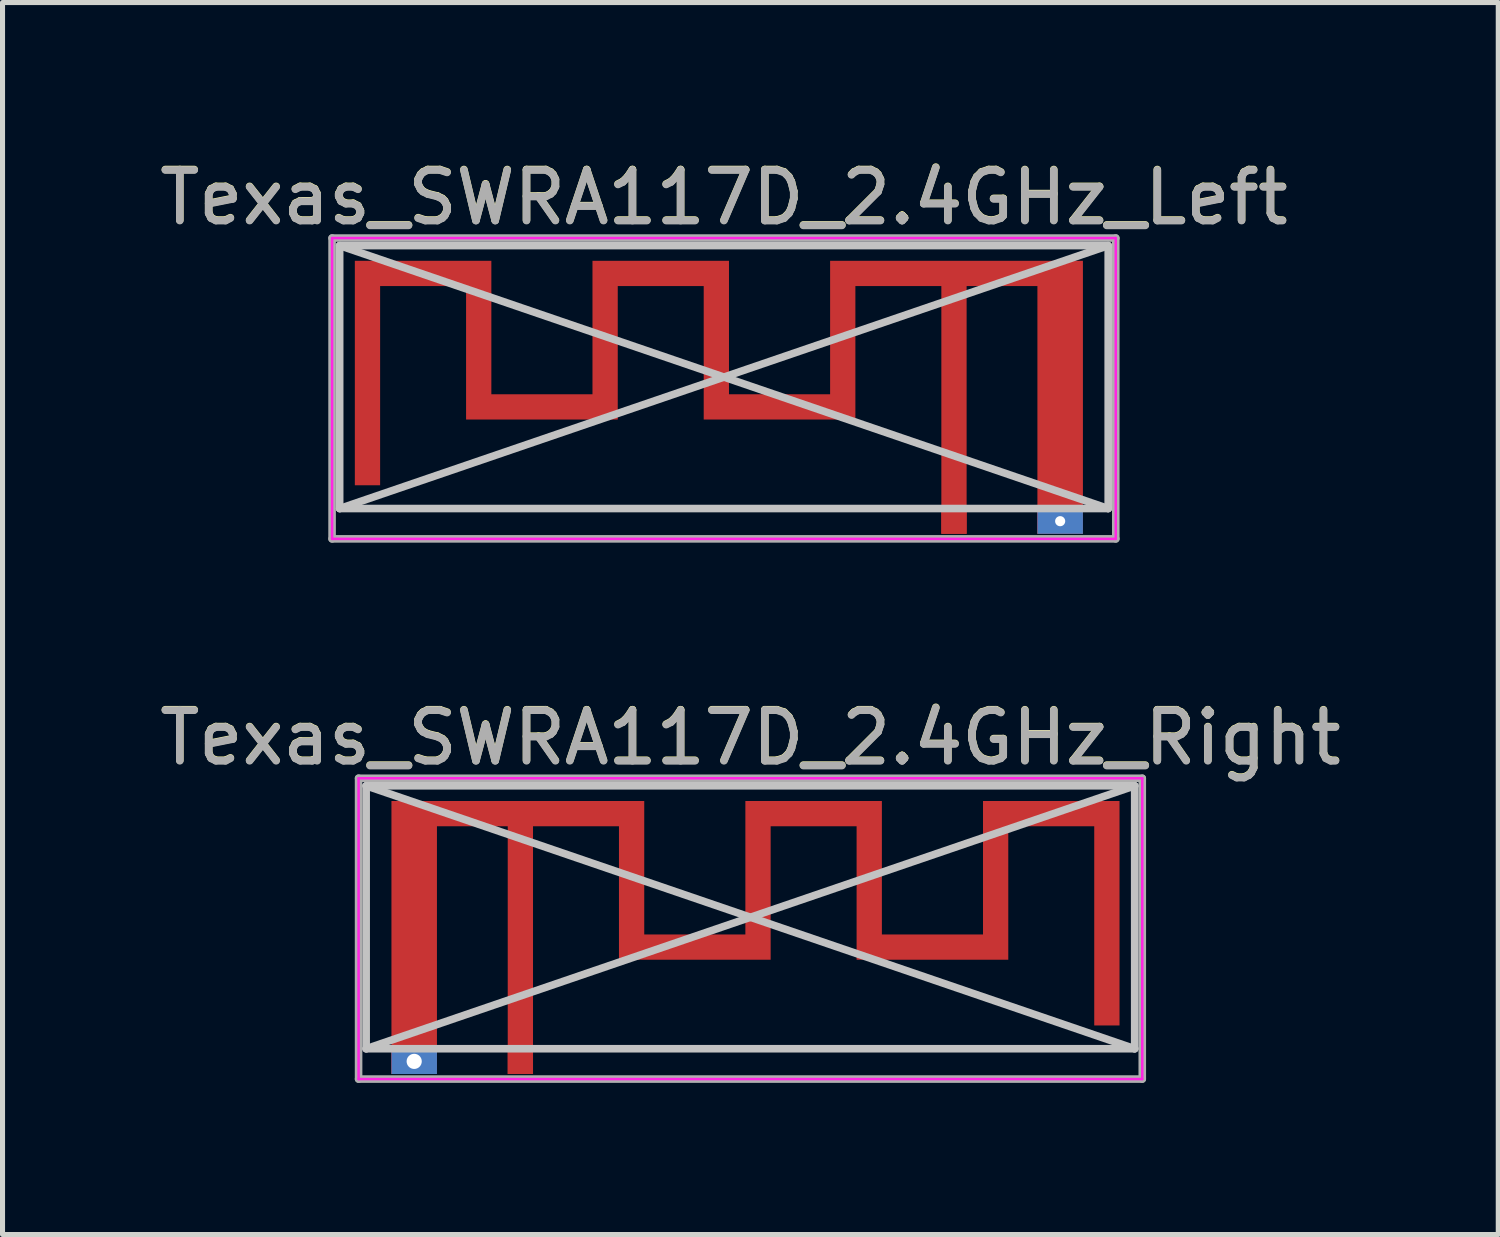
<source format=kicad_pcb>
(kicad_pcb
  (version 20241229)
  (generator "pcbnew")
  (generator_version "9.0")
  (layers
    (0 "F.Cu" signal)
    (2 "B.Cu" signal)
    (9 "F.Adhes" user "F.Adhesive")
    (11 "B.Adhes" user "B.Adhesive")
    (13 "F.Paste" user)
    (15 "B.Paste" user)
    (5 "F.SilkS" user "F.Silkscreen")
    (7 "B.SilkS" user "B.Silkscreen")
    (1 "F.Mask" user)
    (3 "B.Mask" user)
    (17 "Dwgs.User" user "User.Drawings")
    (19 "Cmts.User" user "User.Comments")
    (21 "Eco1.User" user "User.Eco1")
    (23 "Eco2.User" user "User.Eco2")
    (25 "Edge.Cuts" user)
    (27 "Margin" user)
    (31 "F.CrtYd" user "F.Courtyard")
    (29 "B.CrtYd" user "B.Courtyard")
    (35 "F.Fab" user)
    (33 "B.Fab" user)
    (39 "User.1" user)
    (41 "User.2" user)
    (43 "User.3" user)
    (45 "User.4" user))
  (footprint "Texas_SWRA117D_2.4GHz_Left"
    (layer "F.Cu")
    (at 15.818 7.258)
    (property "Reference" "Texas_SWRA117D_2.4GHz_Left" (at -4.55 -6.41 0) (layer "F.SilkS") (effects (font (size 1 1) (thickness 0.15))))
    (attr through_hole)
    (fp_poly (pts (xy -2.45 -2.51) (xy -4.45 -2.51) (xy -4.45 -5.15) (xy -7.15 -5.15) (xy -7.15 -2.51) (xy -9.15 -2.51) (xy -9.15 -5.15) (xy -11.85 -5.15) (xy -11.85 -0.71) (xy -11.35 -0.71) (xy -11.35 -4.65) (xy -9.65 -4.65) (xy -9.65 -2.01) (xy -6.65 -2.01) (xy -6.65 -4.65) (xy -4.95 -4.65) (xy -4.95 -2.01) (xy -1.95 -2.01) (xy -1.95 -4.65) (xy -0.25 -4.65) (xy -0.25 0.25) (xy 0.25 0.25) (xy 0.25 -4.65) (xy 1.65 -4.65) (xy 1.65 0.25) (xy 2.55 0.25) (xy 2.55 0.007) (xy 2.248 0.007) (xy 2.238 0.054) (xy 2.214 0.097) (xy 2.176 0.13) (xy 2.168 0.134) (xy 2.125 0.146) (xy 2.077 0.145) (xy 2.031 0.132) (xy 2.013 0.122) (xy 1.979 0.087) (xy 1.958 0.041) (xy 1.952 -0.008) (xy 1.96 -0.056) (xy 1.977 -0.089) (xy 2.012 -0.121) (xy 2.058 -0.141) (xy 2.107 -0.148) (xy 2.155 -0.14) (xy 2.188 -0.123) (xy 2.223 -0.086) (xy 2.243 -0.042) (xy 2.248 0.007) (xy 2.55 0.007) (xy 2.55 -5.15) (xy -2.45 -5.15) (xy -2.45 -2.51)) (stroke (width 0) (type solid)) (fill yes) (layer "F.Cu"))
    (fp_line (start -12.15 -0.25) (end -12.15 -5.45) (stroke (width 0.15) (type solid)) (layer "Dwgs.User"))
    (fp_line (start 3.05 -5.45) (end -12.15 -5.45) (stroke (width 0.15) (type solid)) (layer "Dwgs.User"))
    (fp_line (start 3.05 -5.45) (end -12.15 -0.25) (stroke (width 0.15) (type solid)) (layer "Dwgs.User"))
    (fp_line (start 3.05 -0.25) (end -12.15 -5.45) (stroke (width 0.15) (type solid)) (layer "Dwgs.User"))
    (fp_line (start 3.05 -0.25) (end -12.15 -0.25) (stroke (width 0.15) (type solid)) (layer "Dwgs.User"))
    (fp_line (start 3.05 -0.25) (end 3.05 -5.45) (stroke (width 0.15) (type solid)) (layer "Dwgs.User"))
    (fp_line (start -12.3 -5.6) (end -12.3 0.35) (stroke (width 0.05) (type solid)) (layer "F.CrtYd"))
    (fp_line (start -12.3 0.35) (end 3.2 0.35) (stroke (width 0.05) (type solid)) (layer "F.CrtYd"))
    (fp_line (start 3.2 -5.6) (end -12.3 -5.6) (stroke (width 0.05) (type solid)) (layer "F.CrtYd"))
    (fp_line (start 3.2 0.35) (end 3.2 -5.6) (stroke (width 0.05) (type solid)) (layer "F.CrtYd"))
    (fp_line (start -12.3 -5.6) (end -12.3 0.35) (stroke (width 0.15) (type solid)) (layer "F.Fab"))
    (fp_line (start -12.3 0.35) (end 3.2 0.35) (stroke (width 0.15) (type solid)) (layer "F.Fab"))
    (fp_line (start 3.2 -5.6) (end -12.3 -5.6) (stroke (width 0.15) (type solid)) (layer "F.Fab"))
    (fp_line (start 3.2 0.35) (end 3.2 -5.6) (stroke (width 0.15) (type solid)) (layer "F.Fab"))
    (fp_text user "${REFERENCE}" (at -4.55 -6.4 0) (layer "F.Fab") (effects (font (size 1 1) (thickness 0.15))))
    (pad "1" connect rect (at 0 0) (size 0.5 0.5) (layers "F.Cu"))
    (pad "2" thru_hole rect (at 2.1 0) (size 0.9 0.5) (drill 0.2) (layers "*.Cu" "*.Mask")))
  (footprint "Texas_SWRA117D_2.4GHz_Right"
    (layer "F.Cu")
    (at 7.242 17.942)
    (property "Reference" "Texas_SWRA117D_2.4GHz_Right" (at 4.55 -6.41 0) (layer "F.SilkS") (effects (font (size 1 1) (thickness 0.15))))
    (attr through_hole)
    (fp_poly (pts (xy 2.45 -2.51) (xy 4.45 -2.51) (xy 4.45 -5.15) (xy 7.15 -5.15) (xy 7.15 -2.51) (xy 9.15 -2.51) (xy 9.15 -5.15) (xy 11.85 -5.15) (xy 11.85 -0.71) (xy 11.35 -0.71) (xy 11.35 -4.65) (xy 9.65 -4.65) (xy 9.65 -2.01) (xy 6.65 -2.01) (xy 6.65 -4.65) (xy 4.95 -4.65) (xy 4.95 -2.01) (xy 1.95 -2.01) (xy 1.95 -4.65) (xy 0.25 -4.65) (xy 0.25 0.25) (xy -0.25 0.25) (xy -0.25 -4.65) (xy -1.65 -4.65) (xy -1.65 0.25) (xy -2.55 0.25) (xy -2.55 0.007) (xy -2.248 0.007) (xy -2.238 0.054) (xy -2.214 0.097) (xy -2.176 0.13) (xy -2.168 0.134) (xy -2.125 0.146) (xy -2.077 0.145) (xy -2.031 0.132) (xy -2.013 0.122) (xy -1.979 0.087) (xy -1.958 0.041) (xy -1.952 -0.008) (xy -1.96 -0.056) (xy -1.977 -0.089) (xy -2.012 -0.121) (xy -2.058 -0.141) (xy -2.107 -0.148) (xy -2.155 -0.14) (xy -2.188 -0.123) (xy -2.223 -0.086) (xy -2.243 -0.042) (xy -2.248 0.007) (xy -2.55 0.007) (xy -2.55 -5.15) (xy 2.45 -5.15) (xy 2.45 -2.51)) (stroke (width 0) (type solid)) (fill yes) (layer "F.Cu"))
    (fp_line (start -3.05 -5.45) (end 12.15 -5.45) (stroke (width 0.15) (type solid)) (layer "Dwgs.User"))
    (fp_line (start -3.05 -5.45) (end 12.15 -0.25) (stroke (width 0.15) (type solid)) (layer "Dwgs.User"))
    (fp_line (start -3.05 -0.25) (end -3.05 -5.45) (stroke (width 0.15) (type solid)) (layer "Dwgs.User"))
    (fp_line (start -3.05 -0.25) (end 12.15 -5.45) (stroke (width 0.15) (type solid)) (layer "Dwgs.User"))
    (fp_line (start -3.05 -0.25) (end 12.15 -0.25) (stroke (width 0.15) (type solid)) (layer "Dwgs.User"))
    (fp_line (start 12.15 -0.25) (end 12.15 -5.45) (stroke (width 0.15) (type solid)) (layer "Dwgs.User"))
    (fp_line (start -3.2 -5.6) (end 12.3 -5.6) (stroke (width 0.05) (type solid)) (layer "F.CrtYd"))
    (fp_line (start -3.2 0.35) (end -3.2 -5.6) (stroke (width 0.05) (type solid)) (layer "F.CrtYd"))
    (fp_line (start 12.3 -5.6) (end 12.3 0.35) (stroke (width 0.05) (type solid)) (layer "F.CrtYd"))
    (fp_line (start 12.3 0.35) (end -3.2 0.35) (stroke (width 0.05) (type solid)) (layer "F.CrtYd"))
    (fp_line (start -3.2 -5.6) (end 12.3 -5.6) (stroke (width 0.15) (type solid)) (layer "F.Fab"))
    (fp_line (start -3.2 0.35) (end -3.2 -5.6) (stroke (width 0.15) (type solid)) (layer "F.Fab"))
    (fp_line (start 12.3 -5.6) (end 12.3 0.35) (stroke (width 0.15) (type solid)) (layer "F.Fab"))
    (fp_line (start 12.3 0.35) (end -3.2 0.35) (stroke (width 0.15) (type solid)) (layer "F.Fab"))
    (fp_text user "${REFERENCE}" (at 4.55 -6.4 0) (layer "F.Fab") (effects (font (size 1 1) (thickness 0.15))))
    (pad "1" connect rect (at 0 0) (size 0.5 0.5) (layers "F.Cu"))
    (pad "2" thru_hole rect (at -2.1 0) (size 0.9 0.5) (drill 0.3) (layers "*.Cu" "*.Mask")))
  (gr_rect
    (start -3 -3)
    (end 26.583 21.366)
    (stroke (width 0.1) (type default))
    (fill no)
    (layer "Edge.Cuts")))
</source>
